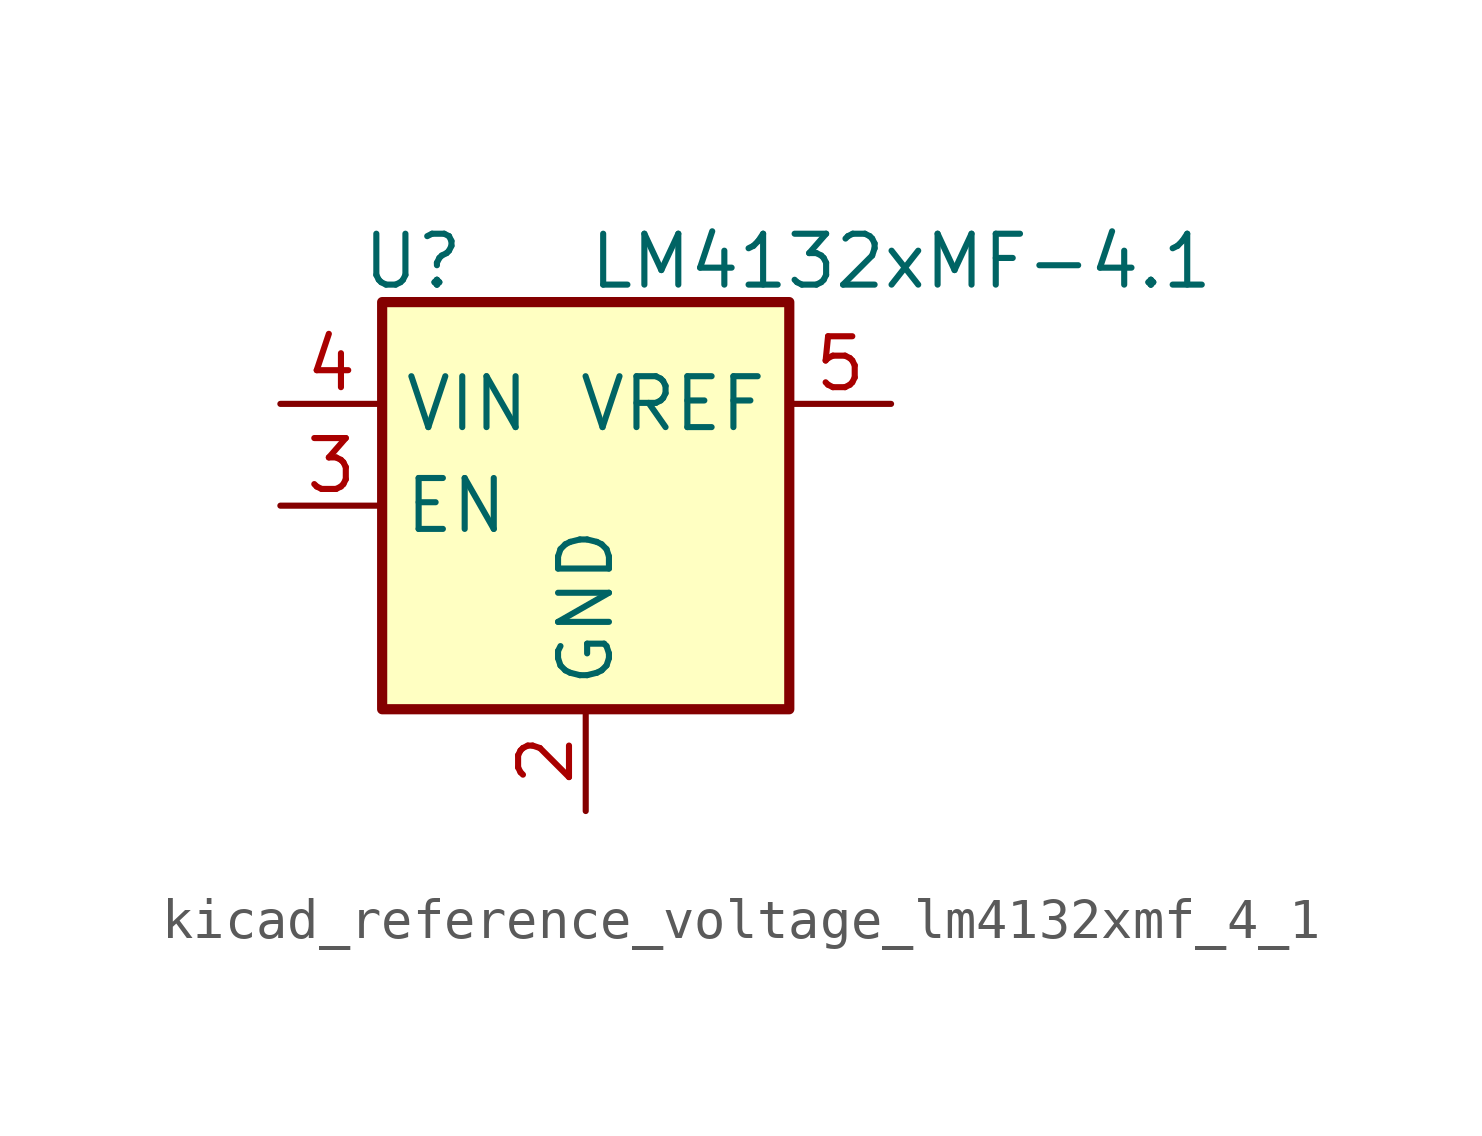
<source format=kicad_sym>
(kicad_symbol_lib
  (version 20220914)
  (generator kicad_symbol_editor)
  (symbol "kicad_reference_voltage_lm4132xmf_4_1"
    (property "Reference" "U"
      (at -4.318 6.096 0)
      (effects (font (size 1.27 1.27))))
    (property "Value" "LM4132xMF-4.1"
      (at 7.874 6.096 0)
      (effects (font (size 1.27 1.27))))
    (symbol "kicad_reference_voltage_lm4132xmf_4_1_0_1"
      (rectangle (start -5.08 5.08) (end 5.08 -5.08) (stroke (width 0.254) (type default)) (fill (type background))))
    (symbol "kicad_reference_voltage_lm4132xmf_4_1_1_1"
      (pin no_connect line (at 5.08 0 180) (length 2.54) hide (name "NC" (effects (font (size 1.27 1.27)))) (number "1" (effects (font (size 1.27 1.27)))))
      (pin power_in line (at 0 -7.62 90) (length 2.54) (name "GND" (effects (font (size 1.27 1.27)))) (number "2" (effects (font (size 1.27 1.27)))))
      (pin input line (at -7.62 0 0) (length 2.54) (name "EN" (effects (font (size 1.27 1.27)))) (number "3" (effects (font (size 1.27 1.27)))))
      (pin power_in line (at -7.62 2.54 0) (length 2.54) (name "VIN" (effects (font (size 1.27 1.27)))) (number "4" (effects (font (size 1.27 1.27)))))
      (pin power_out line (at 7.62 2.54 180) (length 2.54) (name "VREF" (effects (font (size 1.27 1.27)))) (number "5" (effects (font (size 1.27 1.27))))))))
</source>
